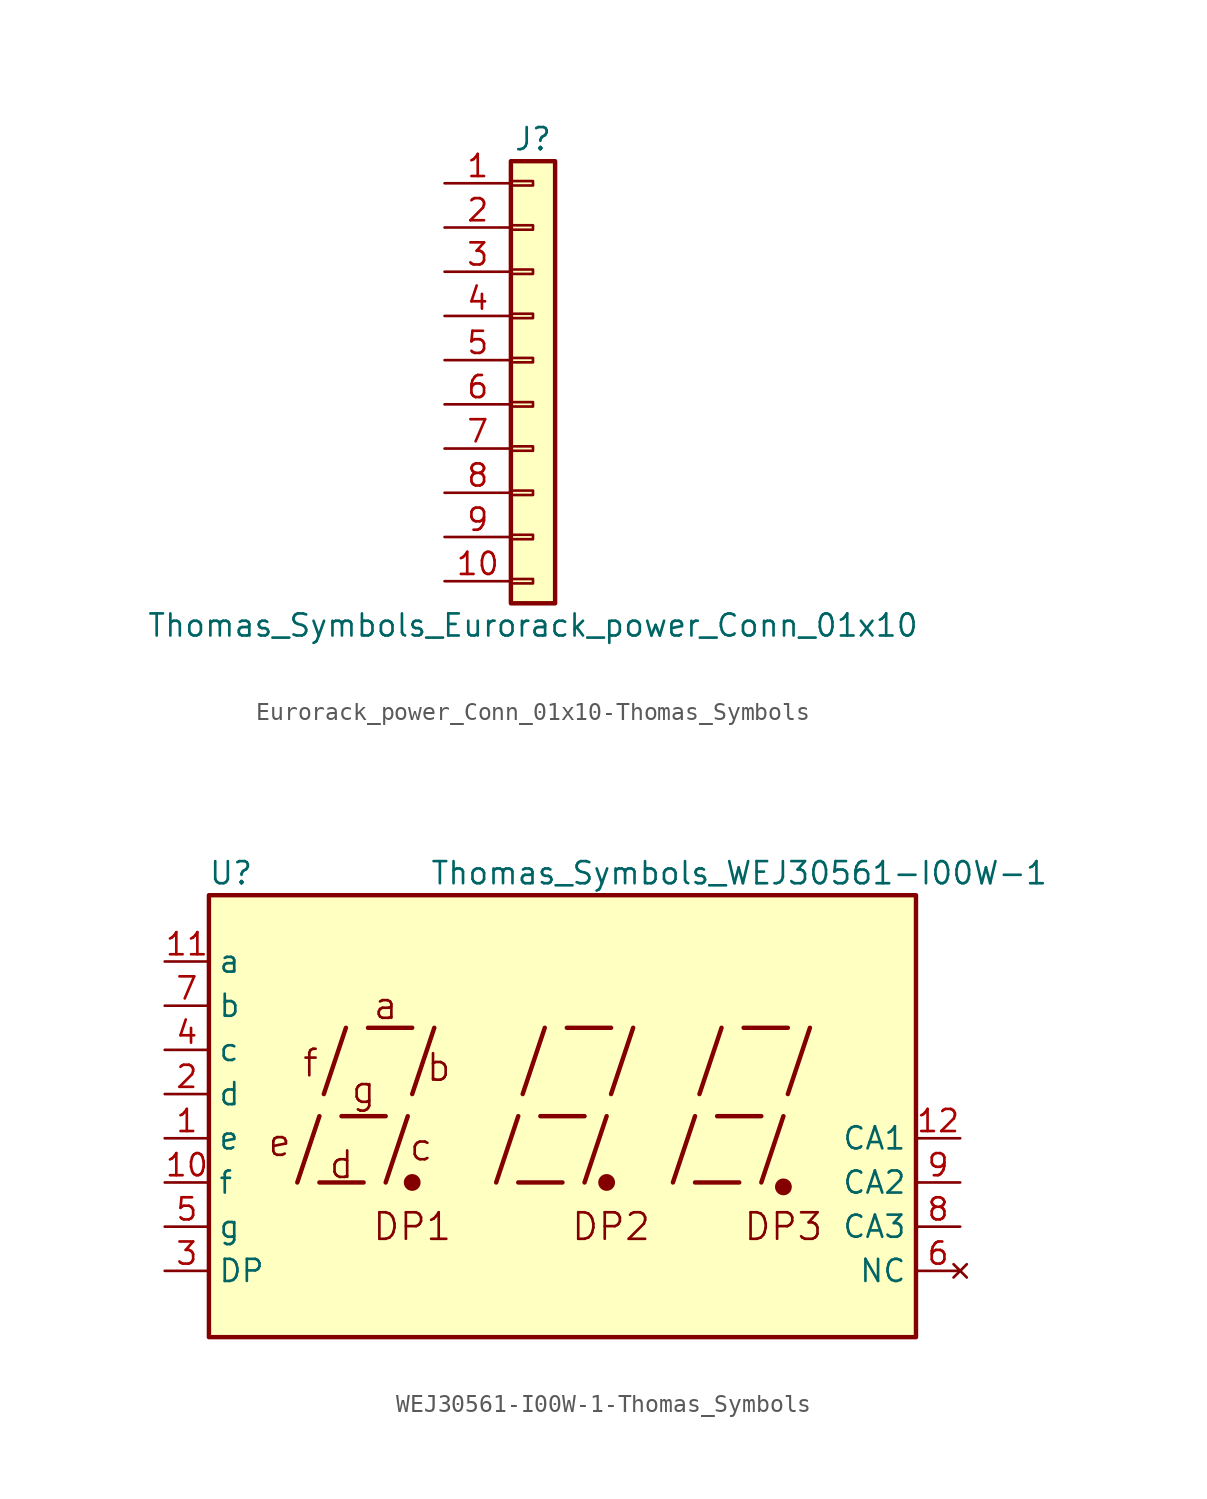
<source format=kicad_sym>
(kicad_symbol_lib
  (version 20220914)
  (generator kicad_symbol_editor)
  (symbol "Eurorack_power_Conn_01x10-Thomas_Symbols"
    (pin_names
      (offset 1.016) hide)
    (property "Reference" "J"
      (at 0 12.7 0)
      (effects (font (size 1.27 1.27))))
    (property "Value" "Thomas_Symbols_Eurorack_power_Conn_01x10"
      (at 0 -15.24 0)
      (effects (font (size 1.27 1.27))))
    (symbol "Eurorack_power_Conn_01x10-Thomas_Symbols_1_1"
      (rectangle (start -1.27 -12.573) (end 0 -12.827) (stroke (width 0.152) (type solid)) (fill (type none)))
      (rectangle (start -1.27 -10.033) (end 0 -10.287) (stroke (width 0.152) (type solid)) (fill (type none)))
      (rectangle (start -1.27 -7.493) (end 0 -7.747) (stroke (width 0.152) (type solid)) (fill (type none)))
      (rectangle (start -1.27 -4.953) (end 0 -5.207) (stroke (width 0.152) (type solid)) (fill (type none)))
      (rectangle (start -1.27 -2.413) (end 0 -2.667) (stroke (width 0.152) (type solid)) (fill (type none)))
      (rectangle (start -1.27 0.127) (end 0 -0.127) (stroke (width 0.152) (type solid)) (fill (type none)))
      (rectangle (start -1.27 2.667) (end 0 2.413) (stroke (width 0.152) (type solid)) (fill (type none)))
      (rectangle (start -1.27 5.207) (end 0 4.953) (stroke (width 0.152) (type solid)) (fill (type none)))
      (rectangle (start -1.27 7.747) (end 0 7.493) (stroke (width 0.152) (type solid)) (fill (type none)))
      (rectangle (start -1.27 10.287) (end 0 10.033) (stroke (width 0.152) (type solid)) (fill (type none)))
      (rectangle (start -1.27 11.43) (end 1.27 -13.97) (stroke (width 0.254) (type solid)) (fill (type background)))
      (pin power_out line (at -5.08 10.16 0) (length 3.81) (name "Pin_1" (effects (font (size 1.27 1.27)))) (number "1" (effects (font (size 1.27 1.27)))))
      (pin power_out line (at -5.08 -12.7 0) (length 3.81) (name "Pin_10" (effects (font (size 1.27 1.27)))) (number "10" (effects (font (size 1.27 1.27)))))
      (pin passive line (at -5.08 7.62 0) (length 3.81) (name "Pin_2" (effects (font (size 1.27 1.27)))) (number "2" (effects (font (size 1.27 1.27)))))
      (pin passive line (at -5.08 5.08 0) (length 3.81) (name "Pin_3" (effects (font (size 1.27 1.27)))) (number "3" (effects (font (size 1.27 1.27)))))
      (pin passive line (at -5.08 2.54 0) (length 3.81) (name "Pin_4" (effects (font (size 1.27 1.27)))) (number "4" (effects (font (size 1.27 1.27)))))
      (pin power_out line (at -5.08 0 0) (length 3.81) (name "Pin_5" (effects (font (size 1.27 1.27)))) (number "5" (effects (font (size 1.27 1.27)))))
      (pin passive line (at -5.08 -2.54 0) (length 3.81) (name "Pin_6" (effects (font (size 1.27 1.27)))) (number "6" (effects (font (size 1.27 1.27)))))
      (pin passive line (at -5.08 -5.08 0) (length 3.81) (name "Pin_7" (effects (font (size 1.27 1.27)))) (number "7" (effects (font (size 1.27 1.27)))))
      (pin passive line (at -5.08 -7.62 0) (length 3.81) (name "Pin_8" (effects (font (size 1.27 1.27)))) (number "8" (effects (font (size 1.27 1.27)))))
      (pin passive line (at -5.08 -10.16 0) (length 3.81) (name "Pin_9" (effects (font (size 1.27 1.27)))) (number "9" (effects (font (size 1.27 1.27)))))))
  (symbol "WEJ30561-I00W-1-Thomas_Symbols"
    (property "Reference" "U"
      (at -19.05 13.97 0)
      (effects (font (size 1.27 1.27))))
    (property "Value" "Thomas_Symbols_WEJ30561-I00W-1"
      (at 10.16 13.97 0)
      (effects (font (size 1.27 1.27))))
    (symbol "WEJ30561-I00W-1-Thomas_Symbols_0_0"
      (rectangle (start -20.32 12.7) (end 20.32 -12.7) (stroke (width 0.254) (type solid)) (fill (type background)))
      (polyline (pts (xy -15.24 -3.81) (xy -13.97 0)) (stroke (width 0.254) (type solid)) (fill (type none)))
      (polyline (pts (xy -13.97 -3.81) (xy -11.43 -3.81)) (stroke (width 0.254) (type solid)) (fill (type none)))
      (polyline (pts (xy -13.716 1.27) (xy -12.446 5.08)) (stroke (width 0.254) (type solid)) (fill (type none)))
      (polyline (pts (xy -12.7 0) (xy -10.16 0)) (stroke (width 0.254) (type solid)) (fill (type none)))
      (polyline (pts (xy -11.176 5.08) (xy -8.636 5.08)) (stroke (width 0.254) (type solid)) (fill (type none)))
      (polyline (pts (xy -10.16 -3.81) (xy -8.89 0)) (stroke (width 0.254) (type solid)) (fill (type none)))
      (polyline (pts (xy -8.636 1.27) (xy -7.366 5.08)) (stroke (width 0.254) (type solid)) (fill (type none)))
      (polyline (pts (xy -3.81 -3.81) (xy -2.54 0)) (stroke (width 0.254) (type solid)) (fill (type none)))
      (polyline (pts (xy -2.54 -3.81) (xy 0 -3.81)) (stroke (width 0.254) (type solid)) (fill (type none)))
      (polyline (pts (xy -2.286 1.27) (xy -1.016 5.08)) (stroke (width 0.254) (type solid)) (fill (type none)))
      (polyline (pts (xy -1.27 0) (xy 1.27 0)) (stroke (width 0.254) (type solid)) (fill (type none)))
      (polyline (pts (xy 0.254 5.08) (xy 2.794 5.08)) (stroke (width 0.254) (type solid)) (fill (type none)))
      (polyline (pts (xy 1.27 -3.81) (xy 2.54 0)) (stroke (width 0.254) (type solid)) (fill (type none)))
      (polyline (pts (xy 2.794 1.27) (xy 4.064 5.08)) (stroke (width 0.254) (type solid)) (fill (type none)))
      (polyline (pts (xy 6.35 -3.81) (xy 7.62 0)) (stroke (width 0.254) (type solid)) (fill (type none)))
      (polyline (pts (xy 7.62 -3.81) (xy 10.16 -3.81)) (stroke (width 0.254) (type solid)) (fill (type none)))
      (polyline (pts (xy 7.874 1.27) (xy 9.144 5.08)) (stroke (width 0.254) (type solid)) (fill (type none)))
      (polyline (pts (xy 8.89 0) (xy 11.43 0)) (stroke (width 0.254) (type solid)) (fill (type none)))
      (polyline (pts (xy 10.414 5.08) (xy 12.954 5.08)) (stroke (width 0.254) (type solid)) (fill (type none)))
      (polyline (pts (xy 11.43 -3.81) (xy 12.7 0)) (stroke (width 0.254) (type solid)) (fill (type none)))
      (polyline (pts (xy 12.954 1.27) (xy 14.224 5.08)) (stroke (width 0.254) (type solid)) (fill (type none)))
      (text "a" (at -10.16 6.35 0) (effects (font (size 1.524 1.524))))
      (text "b" (at -7.112 2.794 0) (effects (font (size 1.524 1.524))))
      (text "c" (at -8.128 -1.778 0) (effects (font (size 1.524 1.524))))
      (text "d" (at -12.7 -2.794 0) (effects (font (size 1.524 1.524))))
      (text "DP1" (at -8.636 -6.35 0) (effects (font (size 1.524 1.524))))
      (text "DP2" (at 2.794 -6.35 0) (effects (font (size 1.524 1.524))))
      (text "DP3" (at 12.7 -6.35 0) (effects (font (size 1.524 1.524))))
      (text "e" (at -16.256 -1.524 0) (effects (font (size 1.524 1.524))))
      (text "f" (at -14.478 3.048 0) (effects (font (size 1.524 1.524))))
      (text "g" (at -11.43 1.524 0) (effects (font (size 1.524 1.524)))))
    (symbol "WEJ30561-I00W-1-Thomas_Symbols_0_1"
      (circle (center -8.636 -3.81) (radius 0.356) (stroke (width 0.254) (type solid)) (fill (type outline)))
      (circle (center 2.54 -3.81) (radius 0.356) (stroke (width 0.254) (type solid)) (fill (type outline))))
    (symbol "WEJ30561-I00W-1-Thomas_Symbols_1_0"
      (circle (center 12.7 -4.064) (radius 0.356) (stroke (width 0.254) (type solid)) (fill (type outline))))
    (symbol "WEJ30561-I00W-1-Thomas_Symbols_1_1"
      (pin input line (at -22.86 -1.27 0) (length 2.54) (name "e" (effects (font (size 1.27 1.27)))) (number "1" (effects (font (size 1.27 1.27)))))
      (pin input line (at -22.86 -3.81 0) (length 2.54) (name "f" (effects (font (size 1.27 1.27)))) (number "10" (effects (font (size 1.27 1.27)))))
      (pin input line (at -22.86 8.89 0) (length 2.54) (name "a" (effects (font (size 1.27 1.27)))) (number "11" (effects (font (size 1.27 1.27)))))
      (pin input line (at 22.86 -1.27 180) (length 2.54) (name "CA1" (effects (font (size 1.27 1.27)))) (number "12" (effects (font (size 1.27 1.27)))))
      (pin input line (at -22.86 1.27 0) (length 2.54) (name "d" (effects (font (size 1.27 1.27)))) (number "2" (effects (font (size 1.27 1.27)))))
      (pin input line (at -22.86 -8.89 0) (length 2.54) (name "DP" (effects (font (size 1.27 1.27)))) (number "3" (effects (font (size 1.27 1.27)))))
      (pin input line (at -22.86 3.81 0) (length 2.54) (name "c" (effects (font (size 1.27 1.27)))) (number "4" (effects (font (size 1.27 1.27)))))
      (pin input line (at -22.86 -6.35 0) (length 2.54) (name "g" (effects (font (size 1.27 1.27)))) (number "5" (effects (font (size 1.27 1.27)))))
      (pin no_connect line (at 22.86 -8.89 180) (length 2.54) (name "NC" (effects (font (size 1.27 1.27)))) (number "6" (effects (font (size 1.27 1.27)))))
      (pin input line (at -22.86 6.35 0) (length 2.54) (name "b" (effects (font (size 1.27 1.27)))) (number "7" (effects (font (size 1.27 1.27)))))
      (pin input line (at 22.86 -6.35 180) (length 2.54) (name "CA3" (effects (font (size 1.27 1.27)))) (number "8" (effects (font (size 1.27 1.27)))))
      (pin input line (at 22.86 -3.81 180) (length 2.54) (name "CA2" (effects (font (size 1.27 1.27)))) (number "9" (effects (font (size 1.27 1.27))))))))
</source>
